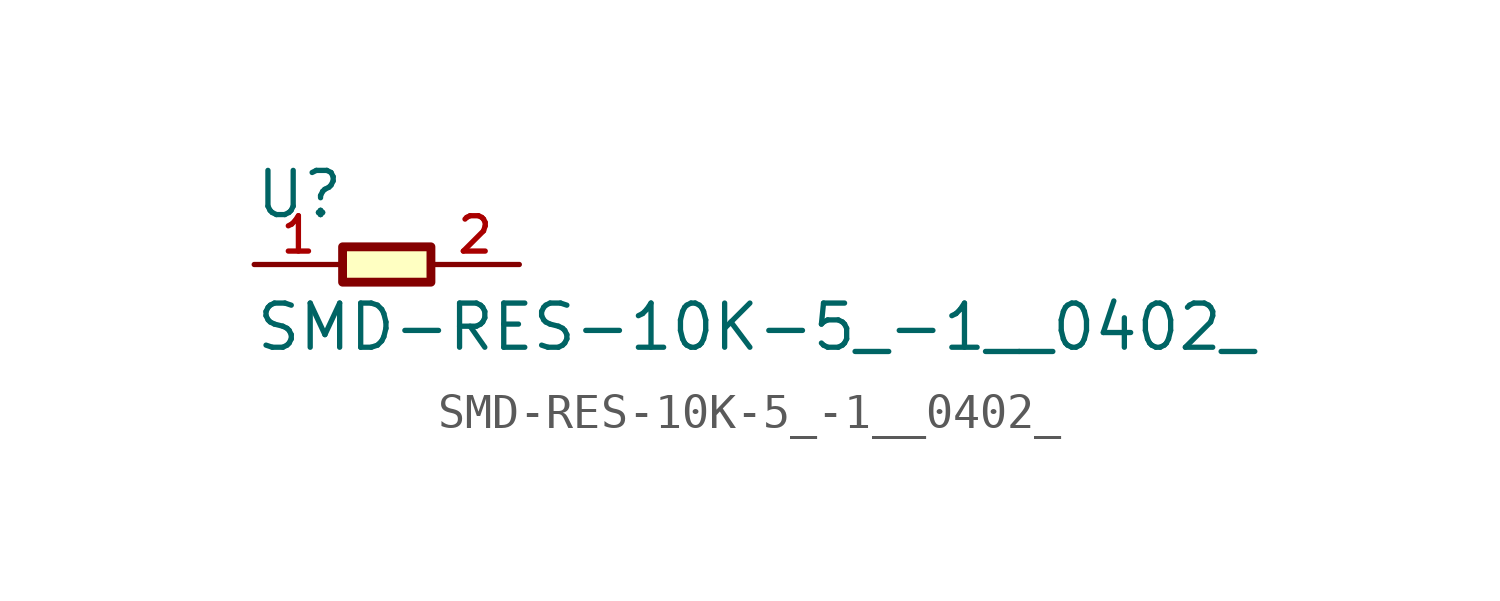
<source format=kicad_sym>
(kicad_symbol_lib
  (version 20211014)
  (generator kicad_symbol_editor)
  (symbol "SMD-RES-10K-5_-1__0402_"
    (pin_names
      (offset 1.016))
    (property "Reference" "U"
      (at -3.818 1.272 0)
      (effects (font (size 1.27 1.27)) (justify bottom left)))
    (property "Value" "SMD-RES-10K-5_-1__0402_"
      (at -3.813 -2.542 0)
      (effects (font (size 1.27 1.27)) (justify bottom left)))
    (symbol "SMD-RES-10K-5_-1__0402__0_0"
      (rectangle (start -1.27 -0.508) (end 1.27 0.508) (stroke (width 0.254)) (fill (type background)))
      (pin passive line (at -3.81 0.0 0) (length 2.54) (name "~" (effects (font (size 1.016 1.016)))) (number "1" (effects (font (size 1.016 1.016)))))
      (pin passive line (at 3.81 0.0 180.0) (length 2.54) (name "~" (effects (font (size 1.016 1.016)))) (number "2" (effects (font (size 1.016 1.016))))))))
</source>
